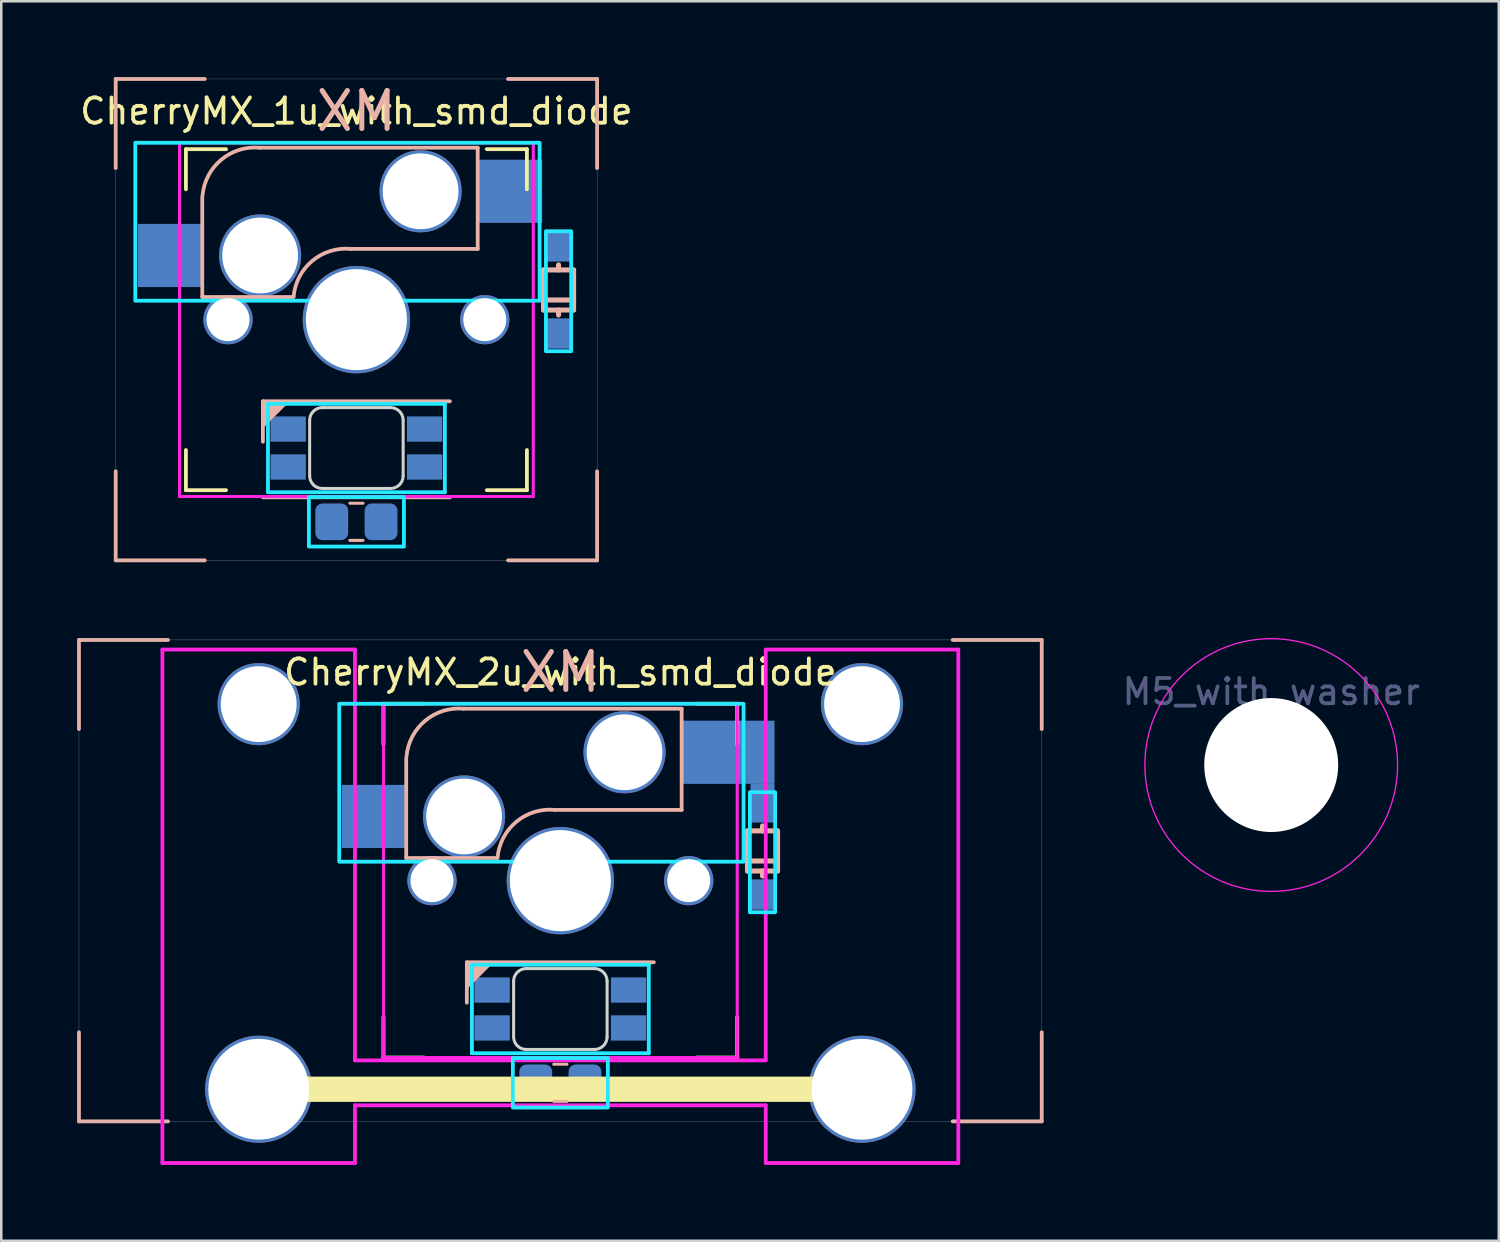
<source format=kicad_pcb>
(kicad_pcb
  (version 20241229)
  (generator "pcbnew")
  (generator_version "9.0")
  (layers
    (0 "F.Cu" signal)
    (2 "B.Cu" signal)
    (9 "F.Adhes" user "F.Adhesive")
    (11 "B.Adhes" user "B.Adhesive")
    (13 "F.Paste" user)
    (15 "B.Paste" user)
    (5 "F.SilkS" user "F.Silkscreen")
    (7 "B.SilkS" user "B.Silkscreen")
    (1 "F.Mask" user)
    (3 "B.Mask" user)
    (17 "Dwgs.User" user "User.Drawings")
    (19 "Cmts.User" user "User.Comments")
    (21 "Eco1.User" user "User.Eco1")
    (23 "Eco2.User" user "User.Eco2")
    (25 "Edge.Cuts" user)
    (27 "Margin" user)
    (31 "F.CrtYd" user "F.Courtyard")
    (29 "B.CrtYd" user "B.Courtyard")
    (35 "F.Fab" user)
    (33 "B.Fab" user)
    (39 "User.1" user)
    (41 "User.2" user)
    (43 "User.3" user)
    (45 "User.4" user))
  (footprint "CherryMX_1u_with_smd_diode"
    (layer "F.Cu")
    (at 11.054 9.6)
    (property "Reference" "CherryMX_1u_with_smd_diode" (at 0 -8.25 0) (unlocked yes) (layer "F.SilkS") (effects (font (size 1 1) (thickness 0.15))))
    (attr through_hole)
    (fp_line (start -6.747 -6.747) (end -5.159 -6.747) (stroke (width 0.15) (type solid)) (layer "F.SilkS"))
    (fp_line (start -6.747 -5.159) (end -6.747 -6.747) (stroke (width 0.15) (type solid)) (layer "F.SilkS"))
    (fp_line (start -6.747 6.747) (end -6.747 5.159) (stroke (width 0.15) (type solid)) (layer "F.SilkS"))
    (fp_line (start -5.159 6.747) (end -6.747 6.747) (stroke (width 0.15) (type solid)) (layer "F.SilkS"))
    (fp_line (start 5.159 -6.747) (end 6.747 -6.747) (stroke (width 0.15) (type solid)) (layer "F.SilkS"))
    (fp_line (start 6.747 -6.747) (end 6.747 -5.159) (stroke (width 0.15) (type solid)) (layer "F.SilkS"))
    (fp_line (start 6.747 5.159) (end 6.747 6.747) (stroke (width 0.15) (type solid)) (layer "F.SilkS"))
    (fp_line (start 6.747 6.747) (end 5.159 6.747) (stroke (width 0.15) (type solid)) (layer "F.SilkS"))
    (fp_line (start -9.525 -9.525) (end -9.525 -6) (stroke (width 0.15) (type default)) (layer "B.SilkS"))
    (fp_line (start -9.525 -9.525) (end -6 -9.525) (stroke (width 0.15) (type default)) (layer "B.SilkS"))
    (fp_line (start -9.525 9.525) (end -9.525 6) (stroke (width 0.15) (type default)) (layer "B.SilkS"))
    (fp_line (start -9.525 9.525) (end -6 9.525) (stroke (width 0.15) (type default)) (layer "B.SilkS"))
    (fp_line (start -6.1 -4.85) (end -6.1 -0.905) (stroke (width 0.15) (type solid)) (layer "B.SilkS"))
    (fp_line (start -6.1 -0.896) (end -2.49 -0.896) (stroke (width 0.15) (type solid)) (layer "B.SilkS"))
    (fp_line (start -3.7 4.83) (end -3.7 3.23) (stroke (width 0.15) (type solid)) (layer "B.SilkS"))
    (fp_line (start 0.261 7.265) (end -0.261 7.265) (stroke (width 0.12) (type solid)) (layer "B.SilkS"))
    (fp_line (start 0.261 8.735) (end -0.261 8.735) (stroke (width 0.12) (type solid)) (layer "B.SilkS"))
    (fp_line (start 3.7 3.23) (end -3.7 3.23) (stroke (width 0.15) (type solid)) (layer "B.SilkS"))
    (fp_line (start 3.7 7.03) (end -3.7 7.03) (stroke (width 0.15) (type solid)) (layer "B.SilkS"))
    (fp_line (start 4.8 -6.804) (end -3.825 -6.804) (stroke (width 0.15) (type solid)) (layer "B.SilkS"))
    (fp_line (start 4.8 -2.8) (end -0.225 -2.8) (stroke (width 0.15) (type solid)) (layer "B.SilkS"))
    (fp_line (start 4.8 -2.8) (end 4.8 -6.804) (stroke (width 0.15) (type solid)) (layer "B.SilkS"))
    (fp_line (start 7.405 -1.969) (end 7.405 -0.381) (stroke (width 0.2) (type solid)) (layer "B.SilkS"))
    (fp_line (start 7.405 -0.381) (end 8.595 -0.381) (stroke (width 0.2) (type solid)) (layer "B.SilkS"))
    (fp_line (start 8 -1.969) (end 8 -2.167) (stroke (width 0.2) (type solid)) (layer "B.SilkS"))
    (fp_line (start 8 -0.183) (end 8 -0.381) (stroke (width 0.2) (type solid)) (layer "B.SilkS"))
    (fp_line (start 8.595 -1.969) (end 7.405 -1.969) (stroke (width 0.2) (type solid)) (layer "B.SilkS"))
    (fp_line (start 8.595 -0.778) (end 7.405 -0.778) (stroke (width 0.2) (type solid)) (layer "B.SilkS"))
    (fp_line (start 8.595 -0.381) (end 8.595 -1.969) (stroke (width 0.2) (type solid)) (layer "B.SilkS"))
    (fp_line (start 9.525 -9.525) (end 6 -9.525) (stroke (width 0.15) (type default)) (layer "B.SilkS"))
    (fp_line (start 9.525 -9.525) (end 9.525 -6) (stroke (width 0.15) (type default)) (layer "B.SilkS"))
    (fp_line (start 9.525 9.525) (end 6 9.525) (stroke (width 0.15) (type default)) (layer "B.SilkS"))
    (fp_line (start 9.525 9.525) (end 9.525 6) (stroke (width 0.15) (type default)) (layer "B.SilkS"))
    (fp_arc (start -6.089 -4.92) (mid -5.347189 -6.33089) (end -3.825 -6.804) (stroke (width 0.15) (type solid)) (layer "B.SilkS"))
    (fp_arc (start -2.485 -0.92) (mid -1.744361 -2.328061) (end -0.225 -2.8) (stroke (width 0.15) (type solid)) (layer "B.SilkS"))
    (fp_poly (pts (xy -3.699 4.23) (xy -2.7 3.23) (xy -3.7 3.23)) (stroke (width 0.1) (type solid)) (fill yes) (layer "B.SilkS"))
    (fp_circle (center -1.25 -4.75) (end -0.543 -4.75) (stroke (width 0.2) (type solid)) (fill yes) (layer "B.Adhes"))
    (fp_line (start -1.85 3.98) (end -1.85 6.18) (stroke (width 0.12) (type solid)) (layer "Edge.Cuts"))
    (fp_line (start -1.35 6.68) (end 1.35 6.68) (stroke (width 0.12) (type solid)) (layer "Edge.Cuts"))
    (fp_line (start 1.35 3.48) (end -1.35 3.48) (stroke (width 0.12) (type solid)) (layer "Edge.Cuts"))
    (fp_line (start 1.85 6.18) (end 1.85 3.98) (stroke (width 0.12) (type solid)) (layer "Edge.Cuts"))
    (fp_arc (start -1.85 3.98) (mid -1.703553 3.626447) (end -1.35 3.48) (stroke (width 0.12) (type solid)) (layer "Edge.Cuts"))
    (fp_arc (start -1.35 6.68) (mid -1.703553 6.533553) (end -1.85 6.18) (stroke (width 0.12) (type solid)) (layer "Edge.Cuts"))
    (fp_arc (start 1.35 3.48) (mid 1.703553 3.626447) (end 1.85 3.98) (stroke (width 0.12) (type solid)) (layer "Edge.Cuts"))
    (fp_arc (start 1.85 6.18) (mid 1.703553 6.533553) (end 1.35 6.68) (stroke (width 0.12) (type solid)) (layer "Edge.Cuts"))
    (fp_line (start -3.5 3.33) (end -3.5 6.83) (stroke (width 0.15) (type solid)) (layer "B.CrtYd"))
    (fp_line (start -3.5 6.83) (end 3.5 6.83) (stroke (width 0.15) (type solid)) (layer "B.CrtYd"))
    (fp_line (start 3.5 3.33) (end -3.5 3.33) (stroke (width 0.15) (type solid)) (layer "B.CrtYd"))
    (fp_line (start 3.5 6.83) (end 3.5 3.33) (stroke (width 0.15) (type solid)) (layer "B.CrtYd"))
    (fp_rect (start -8.75 -7) (end 7.25 -0.75) (stroke (width 0.15) (type default)) (fill no) (layer "B.CrtYd"))
    (fp_rect (start -1.88 7.02) (end 1.88 8.98) (stroke (width 0.15) (type default)) (fill no) (layer "B.CrtYd"))
    (fp_rect (start 7.5 -3.5) (end 8.5 1.25) (stroke (width 0.15) (type default)) (fill no) (layer "B.CrtYd"))
    (fp_line (start -7 -7) (end 7 -7) (stroke (width 0.12) (type solid)) (layer "F.CrtYd"))
    (fp_line (start -7 7) (end -7 -7) (stroke (width 0.12) (type solid)) (layer "F.CrtYd"))
    (fp_line (start -1.88 7.02) (end 1.88 7.02) (stroke (width 0.05) (type solid)) (layer "F.CrtYd"))
    (fp_line (start 7 -7) (end 7 7) (stroke (width 0.12) (type solid)) (layer "F.CrtYd"))
    (fp_line (start 7 7) (end -7 7) (stroke (width 0.12) (type solid)) (layer "F.CrtYd"))
    (fp_line (start -9.525 -9.525) (end 9.525 -9.525) (stroke (width 0.01) (type solid)) (layer "F.Fab"))
    (fp_line (start -9.525 9.525) (end -9.525 -9.525) (stroke (width 0.01) (type solid)) (layer "F.Fab"))
    (fp_line (start 9.525 -9.525) (end 9.525 9.525) (stroke (width 0.01) (type solid)) (layer "F.Fab"))
    (fp_line (start 9.525 9.525) (end -9.525 9.525) (stroke (width 0.01) (type solid)) (layer "F.Fab"))
    (fp_text user "MX" (at 0 -8.25 0) (unlocked yes) (layer "B.SilkS") (effects (font (size 1.5 1.5) (thickness 0.2)) (justify mirror)))
    (pad "6" smd rect (at 6.075 -5.08) (size 2.55 2.5) (layers "B.Cu" "B.Mask" "B.Paste"))
    (pad "6" smd rect (at 8 -2.9 90) (size 1.2 0.95) (layers "B.Cu" "B.Mask" "B.Paste"))
    (pad "COL" smd rect (at -7.375 -2.54) (size 2.55 2.5) (layers "B.Cu" "B.Mask" "B.Paste"))
    (pad "DIN" smd rect (at -2.7 5.83 180) (size 1.4 1) (layers "B.Cu" "B.Mask" "B.Paste"))
    (pad "DOUT" smd rect (at 2.7 4.33 180) (size 1.4 1) (layers "B.Cu" "B.Mask" "B.Paste"))
    (pad "GND" thru_hole circle (at -5.08 0) (size 1.95 1.95) (drill 1.7) (layers "*.Cu" "*.Mask"))
    (pad "GND" thru_hole circle (at -3.81 -2.54 180) (size 3.25 3.25) (drill 3) (layers "*.Cu" "*.Mask"))
    (pad "GND" smd rect (at -2.7 4.33 180) (size 1.4 1) (layers "B.Cu" "B.Mask" "B.Paste"))
    (pad "GND" smd roundrect (at -0.975 8 180) (size 1.3 1.45) (layers "B.Cu" "B.Mask" "B.Paste") (roundrect_rratio 0.213))
    (pad "GND" thru_hole circle (at 0 0 90) (size 4.25 4.25) (drill 4) (layers "*.Cu" "*.Mask"))
    (pad "GND" thru_hole circle (at 2.54 -5.08 180) (size 3.25 3.25) (drill 3) (layers "*.Cu" "*.Mask"))
    (pad "GND" thru_hole circle (at 5.08 0) (size 1.95 1.95) (drill 1.7) (layers "*.Cu" "*.Mask"))
    (pad "ROW" smd rect (at 8 0.55 90) (size 1.2 0.95) (layers "B.Cu" "B.Mask" "B.Paste"))
    (pad "VCC" smd roundrect (at 0.975 8 180) (size 1.3 1.45) (layers "B.Cu" "B.Mask" "B.Paste") (roundrect_rratio 0.213))
    (pad "VCC" smd rect (at 2.7 5.83 180) (size 1.4 1) (layers "B.Cu" "B.Mask" "B.Paste")))
  (footprint "M5_with_washer"
    (layer "F.Cu")
    (at 47.256 27.225)
    (property "Reference" "M5_with_washer" (at 0 -2.9 0) (layer "B.Fab") (effects (font (size 1 1) (thickness 0.15))))
    (attr exclude_from_pos_files exclude_from_bom)
    (fp_circle (center 0 0) (end 5 0) (stroke (width 0.05) (type solid)) (fill no) (layer "F.CrtYd"))
    (pad "" np_thru_hole circle (at 0 0) (size 5.3 5.3) (drill 5.3) (layers "*.Cu" "*.Mask")))
  (footprint "CherryMX_2u_with_smd_diode"
    (layer "F.Cu")
    (at 19.125 31.8)
    (property "Reference" "CherryMX_2u_with_smd_diode" (at 0 -8.25 0) (unlocked yes) (layer "F.SilkS") (effects (font (size 1 1) (thickness 0.15))))
    (attr through_hole)
    (fp_rect (start 7.35 -6.33) (end 8.475 -3.83) (stroke (width 0) (type solid)) (fill yes) (layer "B.Cu"))
    (fp_rect (start 7.525 -3.83) (end 8.475 -3.5) (stroke (width 0) (type solid)) (fill yes) (layer "B.Cu"))
    (fp_line (start -11.938 8.255) (end 11.938 8.255) (stroke (width 1) (type default)) (layer "F.SilkS"))
    (fp_line (start -7 -7) (end -5.4 -7) (stroke (width 0.15) (type solid)) (layer "F.SilkS"))
    (fp_line (start -7 -5.4) (end -7 -7) (stroke (width 0.15) (type solid)) (layer "F.SilkS"))
    (fp_line (start -7 7) (end -7 5.4) (stroke (width 0.15) (type solid)) (layer "F.SilkS"))
    (fp_line (start -5.4 7) (end -7 7) (stroke (width 0.15) (type solid)) (layer "F.SilkS"))
    (fp_line (start 5.4 -7) (end 7 -7) (stroke (width 0.15) (type solid)) (layer "F.SilkS"))
    (fp_line (start 7 -7) (end 7 -5.4) (stroke (width 0.15) (type solid)) (layer "F.SilkS"))
    (fp_line (start 7 5.4) (end 7 7) (stroke (width 0.15) (type solid)) (layer "F.SilkS"))
    (fp_line (start 7 7) (end 5.4 7) (stroke (width 0.15) (type solid)) (layer "F.SilkS"))
    (fp_line (start -19.05 -9.525) (end -19.05 -6) (stroke (width 0.15) (type default)) (layer "B.SilkS"))
    (fp_line (start -19.05 -9.525) (end -15.525 -9.525) (stroke (width 0.15) (type default)) (layer "B.SilkS"))
    (fp_line (start -19.05 9.525) (end -19.05 6) (stroke (width 0.15) (type default)) (layer "B.SilkS"))
    (fp_line (start -19.05 9.525) (end -15.525 9.525) (stroke (width 0.15) (type default)) (layer "B.SilkS"))
    (fp_line (start -6.1 -4.85) (end -6.1 -0.905) (stroke (width 0.15) (type solid)) (layer "B.SilkS"))
    (fp_line (start -6.1 -0.896) (end -2.49 -0.896) (stroke (width 0.15) (type solid)) (layer "B.SilkS"))
    (fp_line (start -3.7 4.83) (end -3.7 3.23) (stroke (width 0.15) (type solid)) (layer "B.SilkS"))
    (fp_line (start 0.261 7.265) (end -0.261 7.265) (stroke (width 0.12) (type solid)) (layer "B.SilkS"))
    (fp_line (start 0.261 8.735) (end -0.261 8.735) (stroke (width 0.12) (type solid)) (layer "B.SilkS"))
    (fp_line (start 3.7 3.23) (end -3.7 3.23) (stroke (width 0.15) (type solid)) (layer "B.SilkS"))
    (fp_line (start 3.7 7.03) (end -3.7 7.03) (stroke (width 0.15) (type solid)) (layer "B.SilkS"))
    (fp_line (start 4.8 -6.804) (end -3.825 -6.804) (stroke (width 0.15) (type solid)) (layer "B.SilkS"))
    (fp_line (start 4.8 -2.8) (end -0.225 -2.8) (stroke (width 0.15) (type solid)) (layer "B.SilkS"))
    (fp_line (start 4.8 -2.8) (end 4.8 -6.804) (stroke (width 0.15) (type solid)) (layer "B.SilkS"))
    (fp_line (start 7.405 -1.969) (end 7.405 -0.381) (stroke (width 0.2) (type solid)) (layer "B.SilkS"))
    (fp_line (start 7.405 -0.381) (end 8.595 -0.381) (stroke (width 0.2) (type solid)) (layer "B.SilkS"))
    (fp_line (start 8 -1.969) (end 8 -2.167) (stroke (width 0.2) (type solid)) (layer "B.SilkS"))
    (fp_line (start 8 -0.183) (end 8 -0.381) (stroke (width 0.2) (type solid)) (layer "B.SilkS"))
    (fp_line (start 8.595 -1.969) (end 7.405 -1.969) (stroke (width 0.2) (type solid)) (layer "B.SilkS"))
    (fp_line (start 8.595 -0.778) (end 7.405 -0.778) (stroke (width 0.2) (type solid)) (layer "B.SilkS"))
    (fp_line (start 8.595 -0.381) (end 8.595 -1.969) (stroke (width 0.2) (type solid)) (layer "B.SilkS"))
    (fp_line (start 19.05 -9.525) (end 15.525 -9.525) (stroke (width 0.15) (type default)) (layer "B.SilkS"))
    (fp_line (start 19.05 -9.525) (end 19.05 -6) (stroke (width 0.15) (type default)) (layer "B.SilkS"))
    (fp_line (start 19.05 9.525) (end 15.525 9.525) (stroke (width 0.15) (type default)) (layer "B.SilkS"))
    (fp_line (start 19.05 9.525) (end 19.05 6) (stroke (width 0.15) (type default)) (layer "B.SilkS"))
    (fp_arc (start -6.089 -4.92) (mid -5.347189 -6.33089) (end -3.825 -6.804) (stroke (width 0.15) (type solid)) (layer "B.SilkS"))
    (fp_arc (start -2.485 -0.92) (mid -1.744361 -2.328061) (end -0.225 -2.8) (stroke (width 0.15) (type solid)) (layer "B.SilkS"))
    (fp_poly (pts (xy -3.699 4.23) (xy -2.7 3.23) (xy -3.7 3.23)) (stroke (width 0.1) (type solid)) (fill yes) (layer "B.SilkS"))
    (fp_circle (center -1.25 -4.75) (end -0.543 -4.75) (stroke (width 0.2) (type solid)) (fill yes) (layer "B.Adhes"))
    (fp_line (start -1.85 3.98) (end -1.85 6.18) (stroke (width 0.12) (type solid)) (layer "Edge.Cuts"))
    (fp_line (start -1.35 6.68) (end 1.35 6.68) (stroke (width 0.12) (type solid)) (layer "Edge.Cuts"))
    (fp_line (start 1.35 3.48) (end -1.35 3.48) (stroke (width 0.12) (type solid)) (layer "Edge.Cuts"))
    (fp_line (start 1.85 6.18) (end 1.85 3.98) (stroke (width 0.12) (type solid)) (layer "Edge.Cuts"))
    (fp_arc (start -1.85 3.98) (mid -1.703553 3.626447) (end -1.35 3.48) (stroke (width 0.12) (type solid)) (layer "Edge.Cuts"))
    (fp_arc (start -1.35 6.68) (mid -1.703553 6.533553) (end -1.85 6.18) (stroke (width 0.12) (type solid)) (layer "Edge.Cuts"))
    (fp_arc (start 1.35 3.48) (mid 1.703553 3.626447) (end 1.85 3.98) (stroke (width 0.12) (type solid)) (layer "Edge.Cuts"))
    (fp_arc (start 1.85 6.18) (mid 1.703553 6.533553) (end 1.35 6.68) (stroke (width 0.12) (type solid)) (layer "Edge.Cuts"))
    (fp_line (start -3.5 3.33) (end -3.5 6.83) (stroke (width 0.15) (type solid)) (layer "B.CrtYd"))
    (fp_line (start -3.5 6.83) (end 3.5 6.83) (stroke (width 0.15) (type solid)) (layer "B.CrtYd"))
    (fp_line (start 3.5 3.33) (end -3.5 3.33) (stroke (width 0.15) (type solid)) (layer "B.CrtYd"))
    (fp_line (start 3.5 6.83) (end 3.5 3.33) (stroke (width 0.15) (type solid)) (layer "B.CrtYd"))
    (fp_rect (start -8.75 -7) (end 7.25 -0.75) (stroke (width 0.15) (type default)) (fill no) (layer "B.CrtYd"))
    (fp_rect (start -1.88 7.02) (end 1.88 8.98) (stroke (width 0.15) (type default)) (fill no) (layer "B.CrtYd"))
    (fp_rect (start 7.5 -3.5) (end 8.5 1.25) (stroke (width 0.15) (type default)) (fill no) (layer "B.CrtYd"))
    (fp_line (start -15.748 -9.144) (end -8.128 -9.144) (stroke (width 0.15) (type solid)) (layer "F.CrtYd"))
    (fp_line (start -15.748 11.176) (end -15.748 -9.144) (stroke (width 0.15) (type solid)) (layer "F.CrtYd"))
    (fp_line (start -8.128 7.112) (end -8.128 -9.144) (stroke (width 0.15) (type solid)) (layer "F.CrtYd"))
    (fp_line (start -8.128 8.89) (end -8.128 11.176) (stroke (width 0.15) (type solid)) (layer "F.CrtYd"))
    (fp_line (start -8.128 11.176) (end -15.748 11.176) (stroke (width 0.15) (type solid)) (layer "F.CrtYd"))
    (fp_line (start -7 -7) (end 7 -7) (stroke (width 0.12) (type solid)) (layer "F.CrtYd"))
    (fp_line (start -7 7) (end -7 -7) (stroke (width 0.12) (type solid)) (layer "F.CrtYd"))
    (fp_line (start -1.88 7.02) (end 1.88 7.02) (stroke (width 0.05) (type solid)) (layer "F.CrtYd"))
    (fp_line (start 7 -7) (end 7 7) (stroke (width 0.12) (type solid)) (layer "F.CrtYd"))
    (fp_line (start 7 7) (end -7 7) (stroke (width 0.12) (type solid)) (layer "F.CrtYd"))
    (fp_line (start 8.128 -9.144) (end 15.748 -9.144) (stroke (width 0.15) (type solid)) (layer "F.CrtYd"))
    (fp_line (start 8.128 7.112) (end -8.128 7.112) (stroke (width 0.15) (type solid)) (layer "F.CrtYd"))
    (fp_line (start 8.128 7.112) (end 8.128 -9.144) (stroke (width 0.15) (type solid)) (layer "F.CrtYd"))
    (fp_line (start 8.128 8.89) (end -8.128 8.89) (stroke (width 0.15) (type solid)) (layer "F.CrtYd"))
    (fp_line (start 8.128 8.89) (end 8.128 11.176) (stroke (width 0.15) (type solid)) (layer "F.CrtYd"))
    (fp_line (start 15.748 -9.144) (end 15.748 11.176) (stroke (width 0.15) (type solid)) (layer "F.CrtYd"))
    (fp_line (start 15.748 11.176) (end 8.128 11.176) (stroke (width 0.15) (type solid)) (layer "F.CrtYd"))
    (fp_line (start -19.05 -9.525) (end 19.05 -9.525) (stroke (width 0.01) (type solid)) (layer "F.Fab"))
    (fp_line (start -19.05 9.525) (end -19.05 -9.525) (stroke (width 0.01) (type solid)) (layer "F.Fab"))
    (fp_line (start 19.05 -9.525) (end 19.05 9.525) (stroke (width 0.01) (type solid)) (layer "F.Fab"))
    (fp_line (start 19.05 9.525) (end -19.05 9.525) (stroke (width 0.01) (type solid)) (layer "F.Fab"))
    (fp_text user "MX" (at 0 -8.25 0) (unlocked yes) (layer "B.SilkS") (effects (font (size 1.5 1.5) (thickness 0.2)) (justify mirror)))
    (pad "6" smd rect (at 6.075 -5.08) (size 2.55 2.5) (layers "B.Cu" "B.Mask" "B.Paste"))
    (pad "6" smd rect (at 8 -2.9 90) (size 1.2 0.95) (layers "B.Cu" "B.Mask" "B.Paste"))
    (pad "COL" smd rect (at -7.375 -2.54) (size 2.55 2.5) (layers "B.Cu" "B.Mask" "B.Paste"))
    (pad "DIN" smd rect (at -2.7 5.83 180) (size 1.4 1) (layers "B.Cu" "B.Mask" "B.Paste"))
    (pad "DOUT" smd rect (at 2.7 4.33 180) (size 1.4 1) (layers "B.Cu" "B.Mask" "B.Paste"))
    (pad "GND" thru_hole circle (at -11.938 -6.985) (size 3.25 3.25) (drill 3) (layers "*.Cu" "*.Mask"))
    (pad "GND" thru_hole circle (at -11.938 8.255) (size 4.238 4.238) (drill 3.988) (layers "*.Cu" "*.Mask"))
    (pad "GND" thru_hole circle (at -5.08 0) (size 1.95 1.95) (drill 1.7) (layers "*.Cu" "*.Mask"))
    (pad "GND" thru_hole circle (at -3.81 -2.54 180) (size 3.25 3.25) (drill 3) (layers "*.Cu" "*.Mask"))
    (pad "GND" smd rect (at -2.7 4.33 180) (size 1.4 1) (layers "B.Cu" "B.Mask" "B.Paste"))
    (pad "GND" smd roundrect (at -0.975 8 180) (size 1.3 1.45) (layers "B.Cu" "B.Mask" "B.Paste") (roundrect_rratio 0.213))
    (pad "GND" thru_hole circle (at 0 0 90) (size 4.25 4.25) (drill 4) (layers "*.Cu" "*.Mask"))
    (pad "GND" thru_hole circle (at 2.54 -5.08 180) (size 3.25 3.25) (drill 3) (layers "*.Cu" "*.Mask"))
    (pad "GND" thru_hole circle (at 5.08 0) (size 1.95 1.95) (drill 1.7) (layers "*.Cu" "*.Mask"))
    (pad "GND" thru_hole circle (at 11.938 -6.985) (size 3.25 3.25) (drill 3) (layers "*.Cu" "*.Mask"))
    (pad "GND" thru_hole circle (at 11.938 8.255) (size 4.238 4.238) (drill 3.988) (layers "*.Cu" "*.Mask"))
    (pad "ROW" smd rect (at 8 0.55 90) (size 1.2 0.95) (layers "B.Cu" "B.Mask" "B.Paste"))
    (pad "VCC" smd roundrect (at 0.975 8 180) (size 1.3 1.45) (layers "B.Cu" "B.Mask" "B.Paste") (roundrect_rratio 0.213))
    (pad "VCC" smd rect (at 2.7 5.83 180) (size 1.4 1) (layers "B.Cu" "B.Mask" "B.Paste")))
  (gr_rect
    (start -3 -3)
    (end 56.262 46.051)
    (stroke (width 0.1) (type default))
    (fill no)
    (layer "Edge.Cuts")))
</source>
